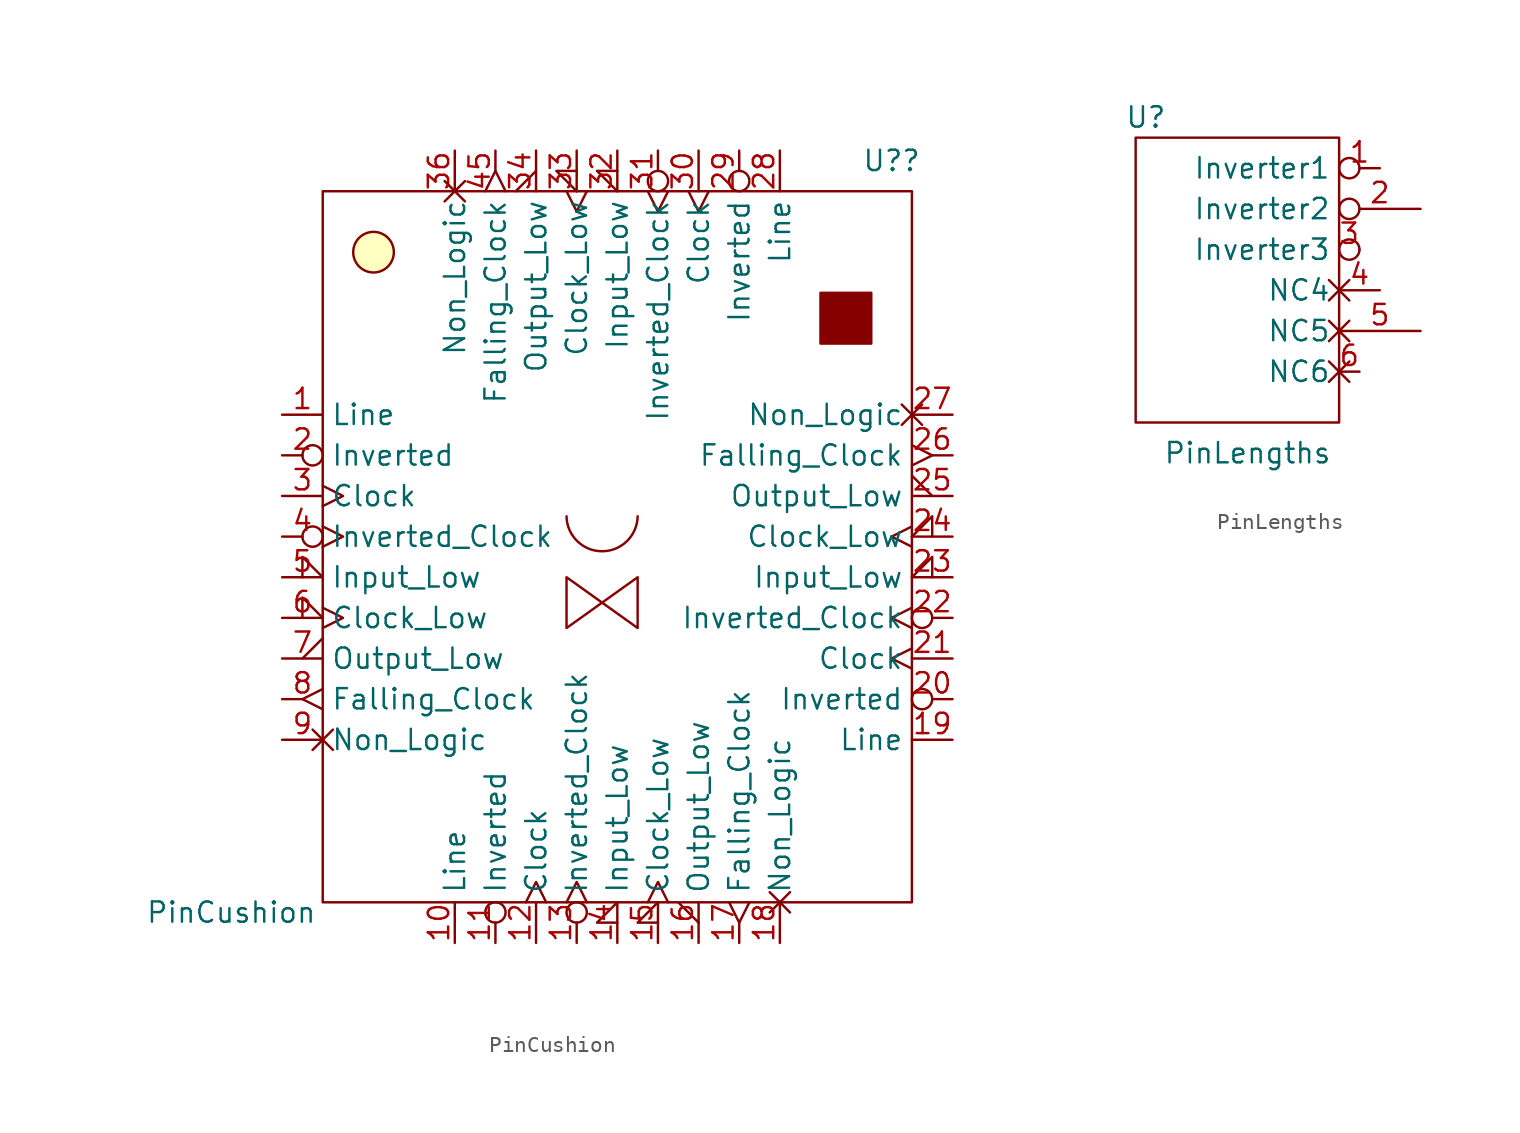
<source format=kicad_sym>
(kicad_symbol_lib
  (version 20211014)
  (generator kicad_symbol_editor)
  (symbol "PinCushion"
    (property "Reference" "U?"
      (at 22.86 23.495 0)
      (effects (font (size 1.27 1.27))))
    (property "Value" "PinCushion"
      (at -18.415 -23.495 0)
      (effects (font (size 1.27 1.27))))
    (symbol "PinCushion_0_1"
      (rectangle (start -12.7 21.59) (end 24.13 -22.86) (stroke (width 0) (type default) (color 0 0 0 0)) (fill (type none)))
      (circle (center -9.525 17.78) (radius 1.27) (stroke (width 0) (type default) (color 0 0 0 0)) (fill (type background)))
      (polyline (pts (xy 2.54 -2.54) (xy 6.985 -5.715) (xy 6.985 -2.54) (xy 2.54 -5.715) (xy 2.54 -2.54)) (stroke (width 0) (type default) (color 0 0 0 0)) (fill (type none)))
      (arc (start 2.54 1.27) (mid 4.7625 -0.9893) (end 6.985 1.27) (stroke (width 0) (type default) (color 0 0 0 0)) (fill (type none)))
      (rectangle (start 18.415 15.24) (end 21.59 12.065) (stroke (width 0) (type default) (color 0 0 0 0)) (fill (type outline))))
    (symbol "PinCushion_1_1"
      (pin bidirectional line (at -15.24 7.62 0) (length 2.54) (name "Line" (effects (font (size 1.27 1.27)))) (number "1" (effects (font (size 1.27 1.27)))))
      (pin bidirectional line (at -4.445 -25.4 90) (length 2.54) (name "Line" (effects (font (size 1.27 1.27)))) (number "10" (effects (font (size 1.27 1.27)))))
      (pin bidirectional inverted (at -1.905 -25.4 90) (length 2.54) (name "Inverted" (effects (font (size 1.27 1.27)))) (number "11" (effects (font (size 1.27 1.27)))))
      (pin bidirectional clock (at 0.635 -25.4 90) (length 2.54) (name "Clock" (effects (font (size 1.27 1.27)))) (number "12" (effects (font (size 1.27 1.27)))))
      (pin bidirectional inverted_clock (at 3.175 -25.4 90) (length 2.54) (name "Inverted_Clock" (effects (font (size 1.27 1.27)))) (number "13" (effects (font (size 1.27 1.27)))))
      (pin bidirectional input_low (at 5.715 -25.4 90) (length 2.54) (name "Input_Low" (effects (font (size 1.27 1.27)))) (number "14" (effects (font (size 1.27 1.27)))))
      (pin bidirectional clock_low (at 8.255 -25.4 90) (length 2.54) (name "Clock_Low" (effects (font (size 1.27 1.27)))) (number "15" (effects (font (size 1.27 1.27)))))
      (pin bidirectional output_low (at 10.795 -25.4 90) (length 2.54) (name "Output_Low" (effects (font (size 1.27 1.27)))) (number "16" (effects (font (size 1.27 1.27)))))
      (pin bidirectional edge_clock_high (at 13.335 -25.4 90) (length 2.54) (name "Falling_Clock" (effects (font (size 1.27 1.27)))) (number "17" (effects (font (size 1.27 1.27)))))
      (pin bidirectional non_logic (at 15.875 -25.4 90) (length 2.54) (name "Non_Logic" (effects (font (size 1.27 1.27)))) (number "18" (effects (font (size 1.27 1.27)))))
      (pin bidirectional line (at 26.67 -12.7 180) (length 2.54) (name "Line" (effects (font (size 1.27 1.27)))) (number "19" (effects (font (size 1.27 1.27)))))
      (pin bidirectional inverted (at -15.24 5.08 0) (length 2.54) (name "Inverted" (effects (font (size 1.27 1.27)))) (number "2" (effects (font (size 1.27 1.27)))))
      (pin bidirectional inverted (at 26.67 -10.16 180) (length 2.54) (name "Inverted" (effects (font (size 1.27 1.27)))) (number "20" (effects (font (size 1.27 1.27)))))
      (pin bidirectional clock (at 26.67 -7.62 180) (length 2.54) (name "Clock" (effects (font (size 1.27 1.27)))) (number "21" (effects (font (size 1.27 1.27)))))
      (pin bidirectional inverted_clock (at 26.67 -5.08 180) (length 2.54) (name "Inverted_Clock" (effects (font (size 1.27 1.27)))) (number "22" (effects (font (size 1.27 1.27)))))
      (pin bidirectional input_low (at 26.67 -2.54 180) (length 2.54) (name "Input_Low" (effects (font (size 1.27 1.27)))) (number "23" (effects (font (size 1.27 1.27)))))
      (pin bidirectional clock_low (at 26.67 0 180) (length 2.54) (name "Clock_Low" (effects (font (size 1.27 1.27)))) (number "24" (effects (font (size 1.27 1.27)))))
      (pin bidirectional output_low (at 26.67 2.54 180) (length 2.54) (name "Output_Low" (effects (font (size 1.27 1.27)))) (number "25" (effects (font (size 1.27 1.27)))))
      (pin bidirectional edge_clock_high (at 26.67 5.08 180) (length 2.54) (name "Falling_Clock" (effects (font (size 1.27 1.27)))) (number "26" (effects (font (size 1.27 1.27)))))
      (pin bidirectional non_logic (at 26.67 7.62 180) (length 2.54) (name "Non_Logic" (effects (font (size 1.27 1.27)))) (number "27" (effects (font (size 1.27 1.27)))))
      (pin bidirectional line (at 15.875 24.13 270) (length 2.54) (name "Line" (effects (font (size 1.27 1.27)))) (number "28" (effects (font (size 1.27 1.27)))))
      (pin bidirectional inverted (at 13.335 24.13 270) (length 2.54) (name "Inverted" (effects (font (size 1.27 1.27)))) (number "29" (effects (font (size 1.27 1.27)))))
      (pin bidirectional clock (at -15.24 2.54 0) (length 2.54) (name "Clock" (effects (font (size 1.27 1.27)))) (number "3" (effects (font (size 1.27 1.27)))))
      (pin bidirectional clock (at 10.795 24.13 270) (length 2.54) (name "Clock" (effects (font (size 1.27 1.27)))) (number "30" (effects (font (size 1.27 1.27)))))
      (pin bidirectional inverted_clock (at 8.255 24.13 270) (length 2.54) (name "Inverted_Clock" (effects (font (size 1.27 1.27)))) (number "31" (effects (font (size 1.27 1.27)))))
      (pin bidirectional input_low (at 5.715 24.13 270) (length 2.54) (name "Input_Low" (effects (font (size 1.27 1.27)))) (number "32" (effects (font (size 1.27 1.27)))))
      (pin bidirectional clock_low (at 3.175 24.13 270) (length 2.54) (name "Clock_Low" (effects (font (size 1.27 1.27)))) (number "33" (effects (font (size 1.27 1.27)))))
      (pin bidirectional output_low (at 0.635 24.13 270) (length 2.54) (name "Output_Low" (effects (font (size 1.27 1.27)))) (number "34" (effects (font (size 1.27 1.27)))))
      (pin bidirectional non_logic (at -4.445 24.13 270) (length 2.54) (name "Non_Logic" (effects (font (size 1.27 1.27)))) (number "36" (effects (font (size 1.27 1.27)))))
      (pin bidirectional inverted_clock (at -15.24 0 0) (length 2.54) (name "Inverted_Clock" (effects (font (size 1.27 1.27)))) (number "4" (effects (font (size 1.27 1.27)))))
      (pin bidirectional edge_clock_high (at -1.905 24.13 270) (length 2.54) (name "Falling_Clock" (effects (font (size 1.27 1.27)))) (number "45" (effects (font (size 1.27 1.27)))))
      (pin bidirectional input_low (at -15.24 -2.54 0) (length 2.54) (name "Input_Low" (effects (font (size 1.27 1.27)))) (number "5" (effects (font (size 1.27 1.27)))))
      (pin bidirectional clock_low (at -15.24 -5.08 0) (length 2.54) (name "Clock_Low" (effects (font (size 1.27 1.27)))) (number "6" (effects (font (size 1.27 1.27)))))
      (pin bidirectional output_low (at -15.24 -7.62 0) (length 2.54) (name "Output_Low" (effects (font (size 1.27 1.27)))) (number "7" (effects (font (size 1.27 1.27)))))
      (pin bidirectional edge_clock_high (at -15.24 -10.16 0) (length 2.54) (name "Falling_Clock" (effects (font (size 1.27 1.27)))) (number "8" (effects (font (size 1.27 1.27)))))
      (pin bidirectional non_logic (at -15.24 -12.7 0) (length 2.54) (name "Non_Logic" (effects (font (size 1.27 1.27)))) (number "9" (effects (font (size 1.27 1.27)))))))
  (symbol "PinLengths"
    (property "Reference" "U"
      (at -9.525 5.715 0)
      (effects (font (size 1.27 1.27))))
    (property "Value" "PinLengths"
      (at -3.175 -15.24 0)
      (effects (font (size 1.27 1.27))))
    (symbol "PinLengths_0_1"
      (rectangle (start -10.16 4.445) (end 2.54 -13.335) (stroke (width 0) (type default) (color 0 0 0 0)) (fill (type none))))
    (symbol "PinLengths_1_1"
      (pin bidirectional inverted (at 5.08 2.54 180) (length 2.54) (name "Inverter1" (effects (font (size 1.27 1.27)))) (number "1" (effects (font (size 1.27 1.27)))))
      (pin bidirectional inverted (at 7.62 0 180) (length 5.08) (name "Inverter2" (effects (font (size 1.27 1.27)))) (number "2" (effects (font (size 1.27 1.27)))))
      (pin bidirectional inverted (at 3.81 -2.54 180) (length 1.27) (name "Inverter3" (effects (font (size 1.27 1.27)))) (number "3" (effects (font (size 1.27 1.27)))))
      (pin bidirectional non_logic (at 5.08 -5.08 180) (length 2.54) (name "NC4" (effects (font (size 1.27 1.27)))) (number "4" (effects (font (size 1.27 1.27)))))
      (pin bidirectional non_logic (at 7.62 -7.62 180) (length 5.08) (name "NC5" (effects (font (size 1.27 1.27)))) (number "5" (effects (font (size 1.27 1.27)))))
      (pin bidirectional non_logic (at 3.81 -10.16 180) (length 1.27) (name "NC6" (effects (font (size 1.27 1.27)))) (number "6" (effects (font (size 1.27 1.27))))))))
</source>
